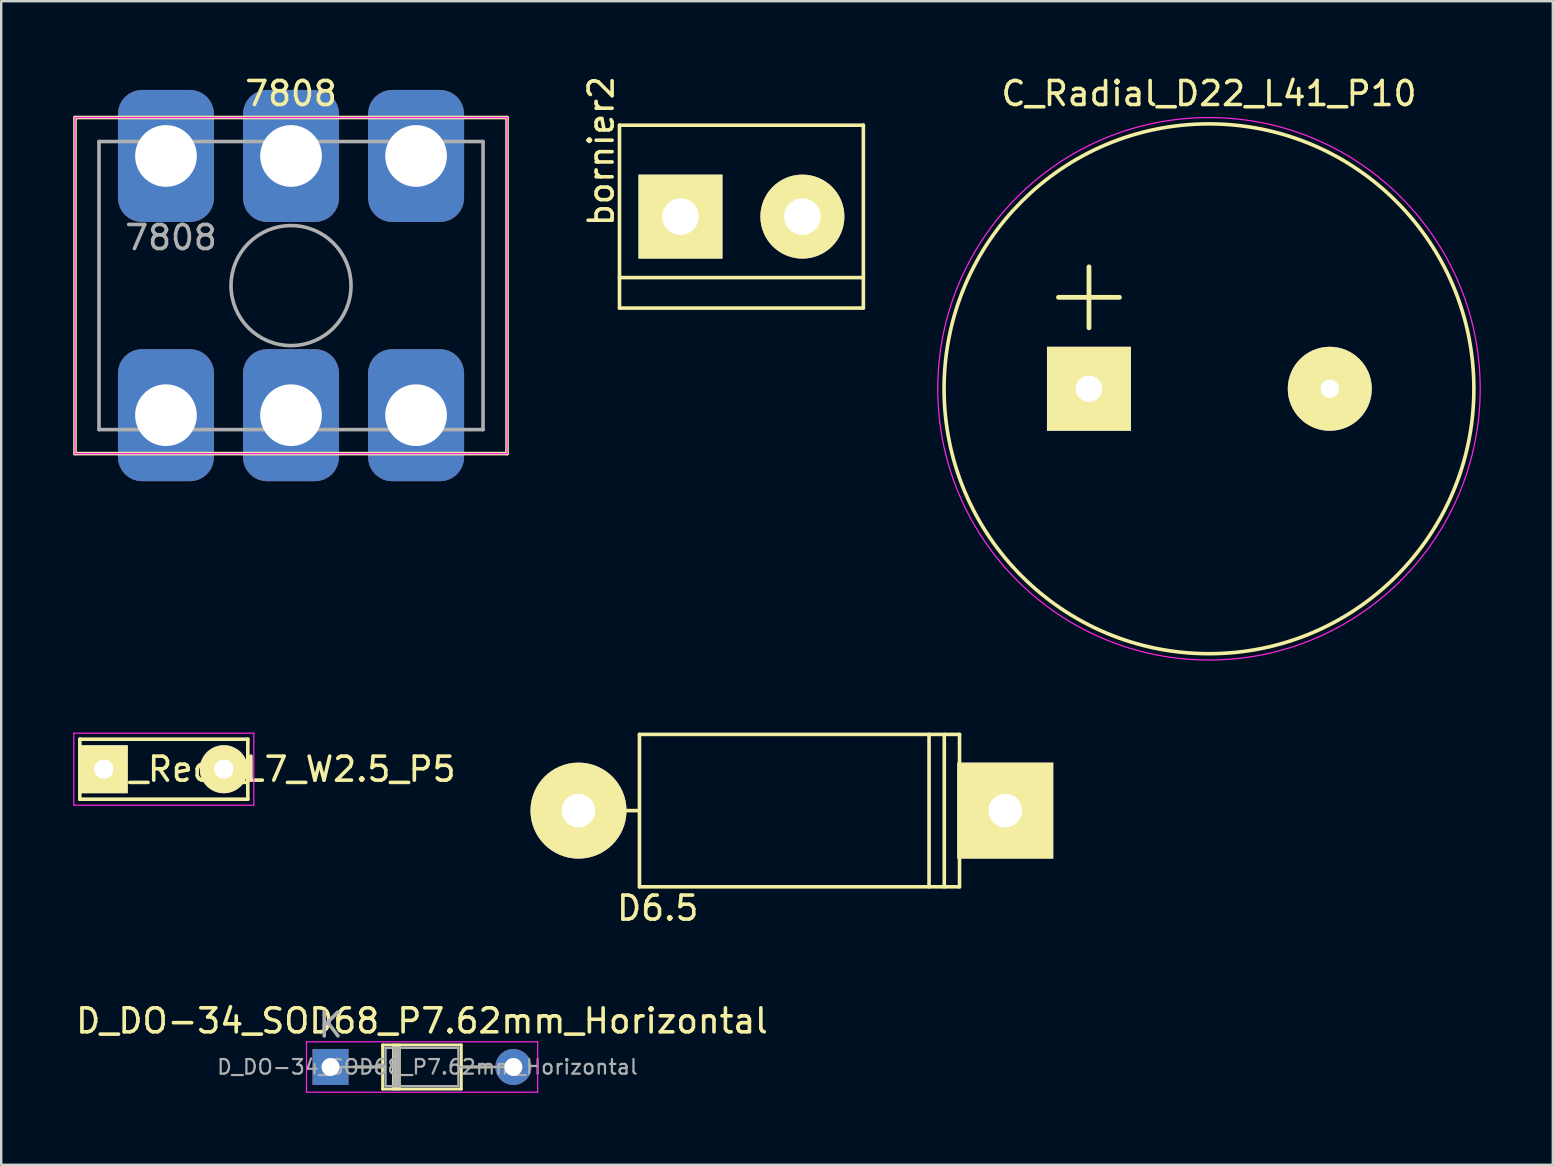
<source format=kicad_pcb>
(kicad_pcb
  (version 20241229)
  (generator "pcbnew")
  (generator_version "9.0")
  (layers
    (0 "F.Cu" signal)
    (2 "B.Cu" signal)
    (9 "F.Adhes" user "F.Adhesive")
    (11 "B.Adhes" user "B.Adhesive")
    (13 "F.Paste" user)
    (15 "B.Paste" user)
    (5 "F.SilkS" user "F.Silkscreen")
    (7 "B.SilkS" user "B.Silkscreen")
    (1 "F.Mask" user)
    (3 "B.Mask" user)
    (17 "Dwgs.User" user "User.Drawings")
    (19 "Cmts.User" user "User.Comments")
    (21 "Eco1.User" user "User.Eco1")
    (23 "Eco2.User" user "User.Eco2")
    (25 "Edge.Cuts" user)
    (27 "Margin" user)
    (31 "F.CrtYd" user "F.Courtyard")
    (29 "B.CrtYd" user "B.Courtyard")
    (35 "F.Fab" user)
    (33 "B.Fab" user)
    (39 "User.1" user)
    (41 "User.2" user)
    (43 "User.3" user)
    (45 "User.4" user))
  (footprint "D6.5"
    (layer "F.Cu")
    (at 29.942 30.723)
    (property "Reference" "D6.5" (at -5.588 4.064 0) (layer "F.SilkS") (effects (font (size 1 1) (thickness 0.15))))
    (attr through_hole)
    (fp_line (start -8.89 0) (end -6.35 0) (stroke (width 0.15) (type solid)) (layer "F.SilkS"))
    (fp_line (start -6.35 -3.175) (end 6.985 -3.175) (stroke (width 0.15) (type solid)) (layer "F.SilkS"))
    (fp_line (start -6.35 3.175) (end -6.35 -3.175) (stroke (width 0.15) (type solid)) (layer "F.SilkS"))
    (fp_line (start 5.715 3.175) (end 5.715 -3.175) (stroke (width 0.15) (type solid)) (layer "F.SilkS"))
    (fp_line (start 6.35 -3.175) (end 6.35 3.175) (stroke (width 0.15) (type solid)) (layer "F.SilkS"))
    (fp_line (start 6.985 0) (end 8.89 0) (stroke (width 0.15) (type solid)) (layer "F.SilkS"))
    (fp_line (start 6.985 3.175) (end -6.35 3.175) (stroke (width 0.15) (type solid)) (layer "F.SilkS"))
    (fp_line (start 6.985 3.175) (end 6.985 -3.175) (stroke (width 0.15) (type solid)) (layer "F.SilkS"))
    (pad "1" thru_hole rect (at 8.89 0) (size 4 4) (drill 1.397) (layers "*.Cu" "*.Mask" "F.SilkS"))
    (pad "2" thru_hole circle (at -8.89 0) (size 4 4) (drill 1.397) (layers "*.Cu" "*.Mask" "F.SilkS")))
  (footprint "7808"
    (layer "F.Cu")
    (at 9.075 8.848)
    (property "Reference" "7808" (at 0 -8 0) (layer "F.SilkS") (effects (font (size 1 1) (thickness 0.15))))
    (attr smd)
    (fp_line (start -9 -7) (end -9 7) (stroke (width 0.15) (type solid)) (layer "F.SilkS"))
    (fp_line (start -9 7) (end 9 7) (stroke (width 0.15) (type solid)) (layer "F.SilkS"))
    (fp_line (start 9 -7) (end -9 -7) (stroke (width 0.15) (type solid)) (layer "F.SilkS"))
    (fp_line (start 9 7) (end 9 -7) (stroke (width 0.15) (type solid)) (layer "F.SilkS"))
    (fp_line (start -9 -7) (end -9 7) (stroke (width 0.05) (type solid)) (layer "F.CrtYd"))
    (fp_line (start -9 7) (end 9 7) (stroke (width 0.05) (type solid)) (layer "F.CrtYd"))
    (fp_line (start 9 -7) (end -9 -7) (stroke (width 0.05) (type solid)) (layer "F.CrtYd"))
    (fp_line (start 9 7) (end 9 -7) (stroke (width 0.05) (type solid)) (layer "F.CrtYd"))
    (fp_line (start -8 -6) (end 8 -6) (stroke (width 0.15) (type solid)) (layer "F.Fab"))
    (fp_line (start -8 6) (end -8 -6) (stroke (width 0.15) (type solid)) (layer "F.Fab"))
    (fp_line (start 8 -6) (end 8 6) (stroke (width 0.15) (type solid)) (layer "F.Fab"))
    (fp_line (start 8 6) (end -8 6) (stroke (width 0.15) (type solid)) (layer "F.Fab"))
    (fp_circle (center 0 0) (end 2.5 0) (stroke (width 0.15) (type solid)) (fill no) (layer "F.Fab"))
    (fp_text user "${REFERENCE}" (at -5 -2 0) (layer "F.Fab") (effects (font (size 1 1) (thickness 0.15))))
    (pad "1" thru_hole roundrect (at -5.21 -5.4) (size 4 5.5) (drill 2.57) (layers "*.Cu" "*.Mask") (roundrect_rratio 0.25))
    (pad "1" thru_hole roundrect (at -5.21 5.4) (size 4 5.5) (drill 2.57) (layers "*.Cu" "*.Mask") (roundrect_rratio 0.25))
    (pad "1" thru_hole roundrect (at 0 -5.4) (size 4 5.5) (drill 2.57) (layers "*.Cu" "*.Mask") (roundrect_rratio 0.25))
    (pad "1" thru_hole roundrect (at 0 5.4) (size 4 5.5) (drill 2.57) (layers "*.Cu" "*.Mask") (roundrect_rratio 0.25))
    (pad "1" thru_hole roundrect (at 5.21 -5.4) (size 4 5.5) (drill 2.57) (layers "*.Cu" "*.Mask") (roundrect_rratio 0.25))
    (pad "1" thru_hole roundrect (at 5.21 5.4) (size 4 5.5) (drill 2.57) (layers "*.Cu" "*.Mask") (roundrect_rratio 0.25)))
  (footprint "D_DO-34_SOD68_P7.62mm_Horizontal"
    (layer "F.Cu")
    (at 10.72 41.404)
    (property "Reference" "D_DO-34_SOD68_P7.62mm_Horizontal" (at 3.81 -1.92 180) (layer "F.SilkS") (effects (font (size 1 1) (thickness 0.15))))
    (attr through_hole)
    (fp_line (start 0.99 0) (end 2.17 0) (stroke (width 0.12) (type solid)) (layer "F.SilkS"))
    (fp_line (start 2.17 -0.92) (end 2.17 0.92) (stroke (width 0.12) (type solid)) (layer "F.SilkS"))
    (fp_line (start 2.17 0.92) (end 5.45 0.92) (stroke (width 0.12) (type solid)) (layer "F.SilkS"))
    (fp_line (start 2.626 -0.92) (end 2.626 0.92) (stroke (width 0.12) (type solid)) (layer "F.SilkS"))
    (fp_line (start 2.746 -0.92) (end 2.746 0.92) (stroke (width 0.12) (type solid)) (layer "F.SilkS"))
    (fp_line (start 2.866 -0.92) (end 2.866 0.92) (stroke (width 0.12) (type solid)) (layer "F.SilkS"))
    (fp_line (start 5.45 -0.92) (end 2.17 -0.92) (stroke (width 0.12) (type solid)) (layer "F.SilkS"))
    (fp_line (start 5.45 0.92) (end 5.45 -0.92) (stroke (width 0.12) (type solid)) (layer "F.SilkS"))
    (fp_line (start 6.63 0) (end 5.45 0) (stroke (width 0.12) (type solid)) (layer "F.SilkS"))
    (fp_line (start -1 -1.05) (end -1 1.05) (stroke (width 0.05) (type solid)) (layer "F.CrtYd"))
    (fp_line (start -1 1.05) (end 8.63 1.05) (stroke (width 0.05) (type solid)) (layer "F.CrtYd"))
    (fp_line (start 8.63 -1.05) (end -1 -1.05) (stroke (width 0.05) (type solid)) (layer "F.CrtYd"))
    (fp_line (start 8.63 1.05) (end 8.63 -1.05) (stroke (width 0.05) (type solid)) (layer "F.CrtYd"))
    (fp_line (start 0 0) (end 2.29 0) (stroke (width 0.1) (type solid)) (layer "F.Fab"))
    (fp_line (start 2.29 -0.8) (end 2.29 0.8) (stroke (width 0.1) (type solid)) (layer "F.Fab"))
    (fp_line (start 2.29 0.8) (end 5.33 0.8) (stroke (width 0.1) (type solid)) (layer "F.Fab"))
    (fp_line (start 2.646 -0.8) (end 2.646 0.8) (stroke (width 0.1) (type solid)) (layer "F.Fab"))
    (fp_line (start 2.746 -0.8) (end 2.746 0.8) (stroke (width 0.1) (type solid)) (layer "F.Fab"))
    (fp_line (start 2.846 -0.8) (end 2.846 0.8) (stroke (width 0.1) (type solid)) (layer "F.Fab"))
    (fp_line (start 5.33 -0.8) (end 2.29 -0.8) (stroke (width 0.1) (type solid)) (layer "F.Fab"))
    (fp_line (start 5.33 0.8) (end 5.33 -0.8) (stroke (width 0.1) (type solid)) (layer "F.Fab"))
    (fp_line (start 7.62 0) (end 5.33 0) (stroke (width 0.1) (type solid)) (layer "F.Fab"))
    (fp_text user "K" (at 0 -1.75 180) (layer "F.Fab") (effects (font (size 1 1) (thickness 0.15))))
    (fp_text user "${REFERENCE}" (at 4.038 0 180) (layer "F.Fab") (effects (font (size 0.608 0.608) (thickness 0.091))))
    (pad "1" thru_hole rect (at 0 0) (size 1.5 1.5) (drill 0.75) (layers "*.Cu" "*.Mask"))
    (pad "2" thru_hole oval (at 7.62 0) (size 1.5 1.5) (drill 0.75) (layers "*.Cu" "*.Mask")))
  (footprint "bornier2"
    (layer "F.Cu")
    (at 27.84 5.975)
    (property "Reference" "bornier2" (at -5.842 -2.731 90) (layer "F.SilkS") (effects (font (size 1 1) (thickness 0.15))))
    (attr through_hole)
    (fp_line (start -5.08 -3.81) (end -5.08 3.81) (stroke (width 0.15) (type solid)) (layer "F.SilkS"))
    (fp_line (start -5.08 3.81) (end 5.08 3.81) (stroke (width 0.15) (type solid)) (layer "F.SilkS"))
    (fp_line (start 5.08 -3.81) (end -5.08 -3.81) (stroke (width 0.15) (type solid)) (layer "F.SilkS"))
    (fp_line (start 5.08 2.54) (end -5.08 2.54) (stroke (width 0.15) (type solid)) (layer "F.SilkS"))
    (fp_line (start 5.08 3.81) (end 5.08 -3.81) (stroke (width 0.15) (type solid)) (layer "F.SilkS"))
    (pad "1" thru_hole rect (at -2.54 0) (size 3.5 3.5) (drill 1.524) (layers "*.Cu" "*.Mask" "F.SilkS"))
    (pad "2" thru_hole circle (at 2.54 0) (size 3.5 3.5) (drill 1.524) (layers "*.Cu" "*.Mask" "F.SilkS")))
  (footprint "C_Rect_L7_W2.5_P5"
    (placed yes)
    (layer "F.Cu")
    (at 1.275 28.998)
    (property "Reference" "C_Rect_L7_W2.5_P5" (at 7.366 0 0) (layer "F.SilkS") (effects (font (size 1 1) (thickness 0.15))))
    (attr through_hole)
    (fp_line (start -1 -1.25) (end 6 -1.25) (stroke (width 0.15) (type solid)) (layer "F.SilkS"))
    (fp_line (start -1 1.25) (end -1 -1.25) (stroke (width 0.15) (type solid)) (layer "F.SilkS"))
    (fp_line (start 6 -1.25) (end 6 1.25) (stroke (width 0.15) (type solid)) (layer "F.SilkS"))
    (fp_line (start 6 1.25) (end -1 1.25) (stroke (width 0.15) (type solid)) (layer "F.SilkS"))
    (fp_line (start -1.25 -1.5) (end 6.25 -1.5) (stroke (width 0.05) (type solid)) (layer "F.CrtYd"))
    (fp_line (start -1.25 1.5) (end -1.25 -1.5) (stroke (width 0.05) (type solid)) (layer "F.CrtYd"))
    (fp_line (start 6.25 -1.5) (end 6.25 1.5) (stroke (width 0.05) (type solid)) (layer "F.CrtYd"))
    (fp_line (start 6.25 1.5) (end -1.25 1.5) (stroke (width 0.05) (type solid)) (layer "F.CrtYd"))
    (pad "1" thru_hole rect (at 0 0) (size 2 2) (drill 0.8) (layers "*.Cu" "*.Mask" "F.SilkS"))
    (pad "2" thru_hole circle (at 5 0) (size 2 2) (drill 0.8) (layers "*.Cu" "*.Mask" "F.SilkS")))
  (footprint "C_Radial_D22_L41_P10"
    (layer "F.Cu")
    (at 42.32 13.148)
    (property "Reference" "C_Radial_D22_L41_P10" (at 5 -12.3 0) (layer "F.SilkS") (effects (font (size 1 1) (thickness 0.15))))
    (attr through_hole)
    (fp_line (start -1.27 -3.81) (end 1.27 -3.81) (stroke (width 0.2) (type solid)) (layer "F.SilkS"))
    (fp_line (start -1.27 -1.27) (end 1.27 -1.27) (stroke (width 0.2) (type solid)) (layer "F.SilkS"))
    (fp_line (start -1.27 1.27) (end -1.27 -1.27) (stroke (width 0.2) (type solid)) (layer "F.SilkS"))
    (fp_line (start 0 -5.08) (end 0 -2.54) (stroke (width 0.2) (type solid)) (layer "F.SilkS"))
    (fp_line (start 1.27 -1.27) (end 1.27 1.27) (stroke (width 0.2) (type solid)) (layer "F.SilkS"))
    (fp_line (start 1.27 1.27) (end -1.27 1.27) (stroke (width 0.2) (type solid)) (layer "F.SilkS"))
    (fp_circle (center 5 0) (end 5 -11.037) (stroke (width 0.15) (type solid)) (fill no) (layer "F.SilkS"))
    (fp_circle (center 10 0) (end 10 -1.15) (stroke (width 0.15) (type solid)) (fill no) (layer "F.SilkS"))
    (fp_circle (center 5 0) (end 5 -11.3) (stroke (width 0.05) (type solid)) (fill no) (layer "F.CrtYd"))
    (pad "1" thru_hole rect (at 0 0) (size 3.5 3.5) (drill 1.1) (layers "*.Cu" "*.Mask" "F.SilkS"))
    (pad "2" thru_hole circle (at 10.033 0) (size 3.5 3.5) (drill 0.762) (layers "*.Cu" "*.Mask" "F.SilkS")))
  (gr_rect
    (start -3 -3)
    (end 61.645 45.479)
    (stroke (width 0.1) (type default))
    (fill no)
    (layer "Edge.Cuts")))
</source>
